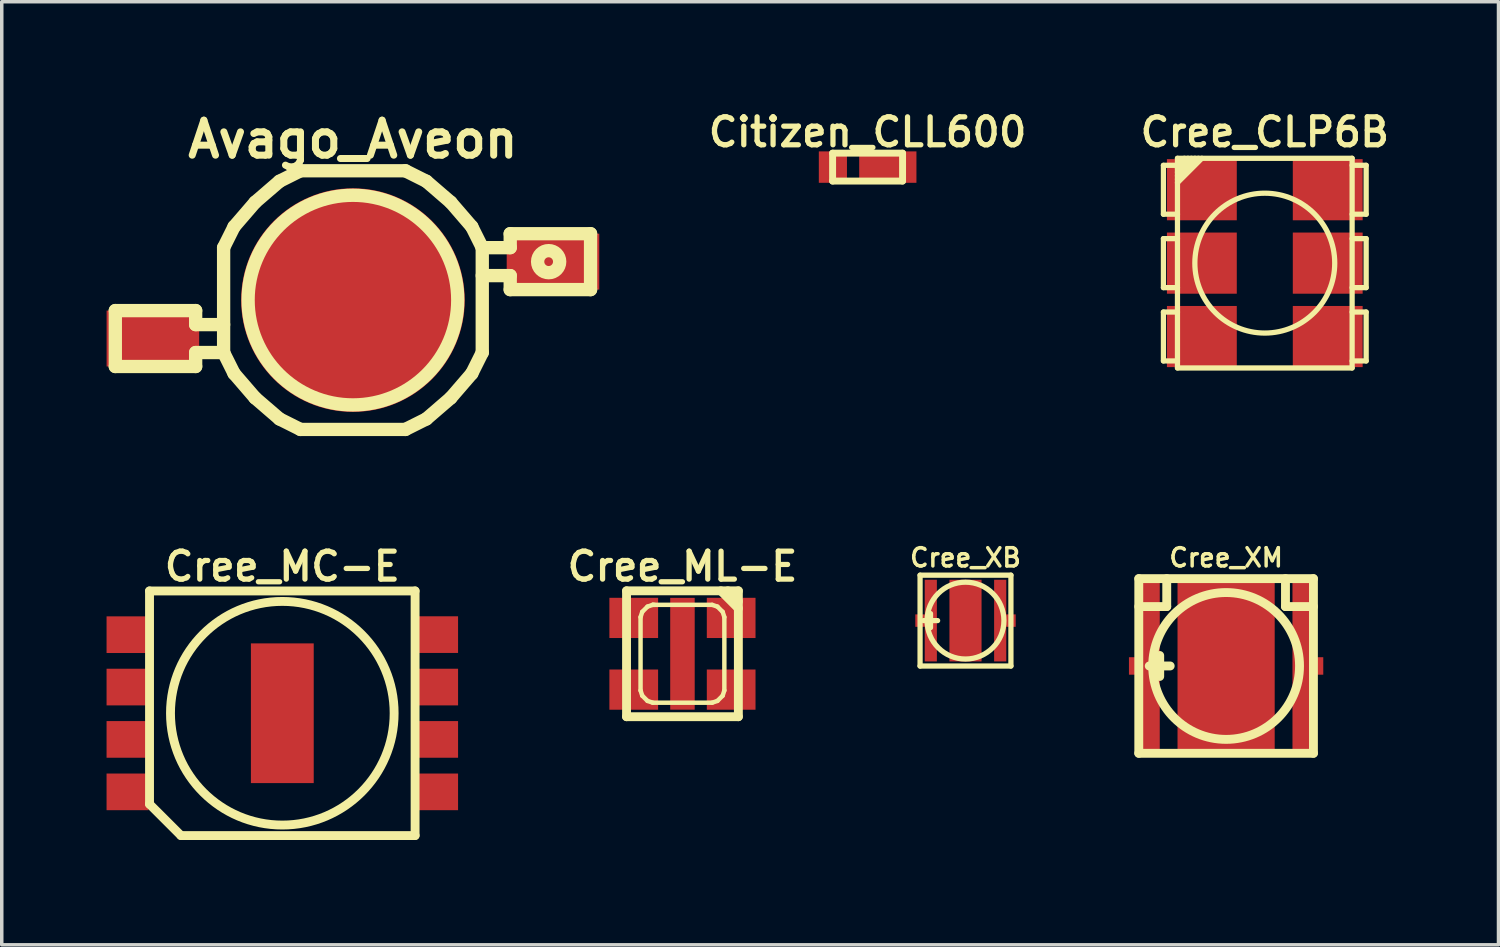
<source format=kicad_pcb>
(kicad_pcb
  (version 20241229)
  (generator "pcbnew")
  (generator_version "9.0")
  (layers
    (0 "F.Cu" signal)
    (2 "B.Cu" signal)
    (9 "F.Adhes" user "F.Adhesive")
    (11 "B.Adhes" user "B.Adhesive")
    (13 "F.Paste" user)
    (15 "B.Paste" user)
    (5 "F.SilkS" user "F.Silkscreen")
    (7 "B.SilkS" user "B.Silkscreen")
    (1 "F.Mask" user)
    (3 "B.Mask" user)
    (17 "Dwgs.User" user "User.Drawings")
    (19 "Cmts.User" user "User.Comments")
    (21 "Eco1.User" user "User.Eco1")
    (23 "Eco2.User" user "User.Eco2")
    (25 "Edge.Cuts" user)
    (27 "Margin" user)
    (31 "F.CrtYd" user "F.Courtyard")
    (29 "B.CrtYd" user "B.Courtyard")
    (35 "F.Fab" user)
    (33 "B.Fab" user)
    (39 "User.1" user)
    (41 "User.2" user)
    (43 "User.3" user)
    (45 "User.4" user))
  (footprint "Cree_CLP6B"
    (layer "F.Cu")
    (at 33.145 4.48)
    (property "Reference" "Cree_CLP6B" (at 0 -3.749 0) (layer "F.SilkS") (effects (font (size 0.8 0.8) (thickness 0.15))))
    (attr through_hole)
    (fp_line (start -2.901 -2.799) (end -2.901 -1.4) (stroke (width 0.15) (type solid)) (layer "F.SilkS"))
    (fp_line (start -2.901 -1.4) (end -2.499 -1.4) (stroke (width 0.15) (type solid)) (layer "F.SilkS"))
    (fp_line (start -2.901 -0.701) (end -2.901 0.701) (stroke (width 0.15) (type solid)) (layer "F.SilkS"))
    (fp_line (start -2.901 0.701) (end -2.499 0.701) (stroke (width 0.15) (type solid)) (layer "F.SilkS"))
    (fp_line (start -2.901 1.4) (end -2.901 2.799) (stroke (width 0.15) (type solid)) (layer "F.SilkS"))
    (fp_line (start -2.901 2.799) (end -2.499 2.799) (stroke (width 0.15) (type solid)) (layer "F.SilkS"))
    (fp_line (start -2.499 -3) (end -2.499 3) (stroke (width 0.15) (type solid)) (layer "F.SilkS"))
    (fp_line (start -2.499 -2.799) (end -2.901 -2.799) (stroke (width 0.15) (type solid)) (layer "F.SilkS"))
    (fp_line (start -2.499 -2.799) (end -2.301 -3) (stroke (width 0.15) (type solid)) (layer "F.SilkS"))
    (fp_line (start -2.499 -2.7) (end -2.2 -3) (stroke (width 0.15) (type solid)) (layer "F.SilkS"))
    (fp_line (start -2.499 -2.601) (end -2.101 -3) (stroke (width 0.15) (type solid)) (layer "F.SilkS"))
    (fp_line (start -2.499 -2.499) (end -1.999 -3) (stroke (width 0.15) (type solid)) (layer "F.SilkS"))
    (fp_line (start -2.499 -2.4) (end -1.9 -3) (stroke (width 0.15) (type solid)) (layer "F.SilkS"))
    (fp_line (start -2.499 -2.301) (end -1.801 -3) (stroke (width 0.15) (type solid)) (layer "F.SilkS"))
    (fp_line (start -2.499 -0.701) (end -2.901 -0.701) (stroke (width 0.15) (type solid)) (layer "F.SilkS"))
    (fp_line (start -2.499 1.4) (end -2.901 1.4) (stroke (width 0.15) (type solid)) (layer "F.SilkS"))
    (fp_line (start -2.499 3) (end 2.499 3) (stroke (width 0.15) (type solid)) (layer "F.SilkS"))
    (fp_line (start 2.499 -3) (end -2.499 -3) (stroke (width 0.15) (type solid)) (layer "F.SilkS"))
    (fp_line (start 2.499 -1.4) (end 2.901 -1.4) (stroke (width 0.15) (type solid)) (layer "F.SilkS"))
    (fp_line (start 2.499 0.701) (end 2.901 0.701) (stroke (width 0.15) (type solid)) (layer "F.SilkS"))
    (fp_line (start 2.499 2.799) (end 2.901 2.799) (stroke (width 0.15) (type solid)) (layer "F.SilkS"))
    (fp_line (start 2.499 3) (end 2.499 -3) (stroke (width 0.15) (type solid)) (layer "F.SilkS"))
    (fp_line (start 2.901 -2.799) (end 2.499 -2.799) (stroke (width 0.15) (type solid)) (layer "F.SilkS"))
    (fp_line (start 2.901 -1.4) (end 2.901 -2.799) (stroke (width 0.15) (type solid)) (layer "F.SilkS"))
    (fp_line (start 2.901 -0.701) (end 2.499 -0.701) (stroke (width 0.15) (type solid)) (layer "F.SilkS"))
    (fp_line (start 2.901 0.701) (end 2.901 -0.701) (stroke (width 0.15) (type solid)) (layer "F.SilkS"))
    (fp_line (start 2.901 1.4) (end 2.499 1.4) (stroke (width 0.15) (type solid)) (layer "F.SilkS"))
    (fp_line (start 2.901 2.799) (end 2.901 1.4) (stroke (width 0.15) (type solid)) (layer "F.SilkS"))
    (fp_circle (center 0 0) (end -1.999 0.099) (stroke (width 0.15) (type solid)) (fill no) (layer "F.SilkS"))
    (pad "1" smd rect (at -1.801 -2.101) (size 1.999 1.75) (layers "F.Cu" "F.Mask" "F.Paste"))
    (pad "2" smd rect (at -1.801 0) (size 1.999 1.75) (layers "F.Cu" "F.Mask" "F.Paste"))
    (pad "3" smd rect (at -1.801 2.101) (size 1.999 1.75) (layers "F.Cu" "F.Mask" "F.Paste"))
    (pad "4" smd rect (at 1.801 2.101) (size 1.999 1.75) (layers "F.Cu" "F.Mask" "F.Paste"))
    (pad "5" smd rect (at 1.801 0) (size 1.999 1.75) (layers "F.Cu" "F.Mask" "F.Paste"))
    (pad "6" smd rect (at 1.801 -2.101) (size 1.999 1.75) (layers "F.Cu" "F.Mask" "F.Paste")))
  (footprint "Cree_XM"
    (layer "F.Cu")
    (at 32.038 16.008)
    (property "Reference" "Cree_XM" (at 0 -3.099 0) (layer "F.SilkS") (effects (font (size 0.523 0.523) (thickness 0.099))))
    (attr through_hole)
    (fp_line (start -2.499 -2.499) (end -2.499 2.499) (stroke (width 0.254) (type solid)) (layer "F.SilkS"))
    (fp_line (start -2.499 -1.699) (end -1.699 -1.699) (stroke (width 0.254) (type solid)) (layer "F.SilkS"))
    (fp_line (start -2.499 2.499) (end 2.499 2.499) (stroke (width 0.254) (type solid)) (layer "F.SilkS"))
    (fp_line (start -2.2 0) (end -1.6 0) (stroke (width 0.254) (type solid)) (layer "F.SilkS"))
    (fp_line (start -1.9 -0.3) (end -1.9 0.3) (stroke (width 0.254) (type solid)) (layer "F.SilkS"))
    (fp_line (start -1.699 -1.699) (end -1.699 -2.499) (stroke (width 0.254) (type solid)) (layer "F.SilkS"))
    (fp_line (start 1.699 -1.699) (end 1.699 -2.499) (stroke (width 0.254) (type solid)) (layer "F.SilkS"))
    (fp_line (start 1.699 -1.699) (end 2.499 -1.699) (stroke (width 0.254) (type solid)) (layer "F.SilkS"))
    (fp_line (start 2.499 -2.499) (end -2.499 -2.499) (stroke (width 0.254) (type solid)) (layer "F.SilkS"))
    (fp_line (start 2.499 2.499) (end 2.499 -2.499) (stroke (width 0.254) (type solid)) (layer "F.SilkS"))
    (fp_circle (center 0 0) (end -2.101 0) (stroke (width 0.254) (type solid)) (fill no) (layer "F.SilkS"))
    (pad "1" smd rect (at -2.581 0) (size 0.399 0.5) (layers "F.Cu" "F.Mask"))
    (pad "1" smd rect (at -2.149 0) (size 0.5 4.801) (layers "F.Cu" "F.Mask" "F.Paste"))
    (pad "2" smd rect (at 2.149 0) (size 0.5 4.801) (layers "F.Cu" "F.Mask" "F.Paste"))
    (pad "2" smd rect (at 2.581 0) (size 0.399 0.5) (layers "F.Cu" "F.Mask"))
    (pad "3" smd rect (at 0 0) (size 2.781 4.801) (layers "F.Cu" "F.Mask" "F.Paste")))
  (footprint "Avago_Aveon"
    (layer "F.Cu")
    (at 7.05 5.538)
    (property "Reference" "Avago_Aveon" (at 0 -4.6 0) (layer "F.SilkS") (effects (font (size 1.001 1.001) (thickness 0.201))))
    (attr through_hole)
    (fp_line (start -6.8 0.3) (end -4.501 0.3) (stroke (width 0.381) (type solid)) (layer "F.SilkS"))
    (fp_line (start -6.8 1.9) (end -6.8 0.3) (stroke (width 0.381) (type solid)) (layer "F.SilkS"))
    (fp_line (start -6.8 1.9) (end -4.501 1.9) (stroke (width 0.381) (type solid)) (layer "F.SilkS"))
    (fp_line (start -4.501 0.3) (end -4.501 0.701) (stroke (width 0.381) (type solid)) (layer "F.SilkS"))
    (fp_line (start -4.501 0.701) (end -3.701 0.701) (stroke (width 0.381) (type solid)) (layer "F.SilkS"))
    (fp_line (start -4.501 1.501) (end -3.701 1.501) (stroke (width 0.381) (type solid)) (layer "F.SilkS"))
    (fp_line (start -4.501 1.9) (end -4.501 1.501) (stroke (width 0.381) (type solid)) (layer "F.SilkS"))
    (fp_line (start -3.701 -1.501) (end -3.401 -2.101) (stroke (width 0.381) (type solid)) (layer "F.SilkS"))
    (fp_line (start -3.701 1.501) (end -3.701 -1.501) (stroke (width 0.381) (type solid)) (layer "F.SilkS"))
    (fp_line (start -3.701 1.501) (end -3.401 2.101) (stroke (width 0.381) (type solid)) (layer "F.SilkS"))
    (fp_line (start -3.401 -2.101) (end -2.799 -2.799) (stroke (width 0.381) (type solid)) (layer "F.SilkS"))
    (fp_line (start -2.799 -2.799) (end -2.101 -3.401) (stroke (width 0.381) (type solid)) (layer "F.SilkS"))
    (fp_line (start -2.799 2.799) (end -3.401 2.101) (stroke (width 0.381) (type solid)) (layer "F.SilkS"))
    (fp_line (start -2.101 -3.401) (end -1.501 -3.701) (stroke (width 0.381) (type solid)) (layer "F.SilkS"))
    (fp_line (start -2.101 3.401) (end -2.799 2.799) (stroke (width 0.381) (type solid)) (layer "F.SilkS"))
    (fp_line (start -1.501 -3.701) (end 1.501 -3.701) (stroke (width 0.381) (type solid)) (layer "F.SilkS"))
    (fp_line (start -1.501 3.701) (end -2.101 3.401) (stroke (width 0.381) (type solid)) (layer "F.SilkS"))
    (fp_line (start 1.501 -3.701) (end 2.101 -3.401) (stroke (width 0.381) (type solid)) (layer "F.SilkS"))
    (fp_line (start 1.501 3.701) (end -1.501 3.701) (stroke (width 0.381) (type solid)) (layer "F.SilkS"))
    (fp_line (start 1.501 3.701) (end 2.101 3.401) (stroke (width 0.381) (type solid)) (layer "F.SilkS"))
    (fp_line (start 2.101 -3.401) (end 2.799 -2.799) (stroke (width 0.381) (type solid)) (layer "F.SilkS"))
    (fp_line (start 2.799 -2.799) (end 3.401 -2.101) (stroke (width 0.381) (type solid)) (layer "F.SilkS"))
    (fp_line (start 2.799 2.799) (end 2.101 3.401) (stroke (width 0.381) (type solid)) (layer "F.SilkS"))
    (fp_line (start 3.401 2.101) (end 2.799 2.799) (stroke (width 0.381) (type solid)) (layer "F.SilkS"))
    (fp_line (start 3.701 -1.501) (end 3.401 -2.101) (stroke (width 0.381) (type solid)) (layer "F.SilkS"))
    (fp_line (start 3.701 -1.501) (end 3.701 1.501) (stroke (width 0.381) (type solid)) (layer "F.SilkS"))
    (fp_line (start 3.701 1.501) (end 3.401 2.101) (stroke (width 0.381) (type solid)) (layer "F.SilkS"))
    (fp_line (start 4.501 -1.9) (end 4.501 -1.501) (stroke (width 0.381) (type solid)) (layer "F.SilkS"))
    (fp_line (start 4.501 -1.501) (end 3.701 -1.501) (stroke (width 0.381) (type solid)) (layer "F.SilkS"))
    (fp_line (start 4.501 -0.701) (end 3.701 -0.701) (stroke (width 0.381) (type solid)) (layer "F.SilkS"))
    (fp_line (start 4.501 -0.3) (end 4.501 -0.701) (stroke (width 0.381) (type solid)) (layer "F.SilkS"))
    (fp_line (start 6.8 -1.9) (end 4.501 -1.9) (stroke (width 0.381) (type solid)) (layer "F.SilkS"))
    (fp_line (start 6.8 -1.9) (end 6.8 -0.3) (stroke (width 0.381) (type solid)) (layer "F.SilkS"))
    (fp_line (start 6.8 -0.3) (end 4.501 -0.3) (stroke (width 0.381) (type solid)) (layer "F.SilkS"))
    (fp_circle (center 0 0) (end -3 0) (stroke (width 0.381) (type solid)) (fill no) (layer "F.SilkS"))
    (fp_circle (center 5.601 -1.1) (end 5.301 -1.001) (stroke (width 0.381) (type solid)) (fill no) (layer "F.SilkS"))
    (pad "1" smd rect (at -5.725 1.1) (size 2.649 1.6) (layers "F.Cu" "F.Mask" "F.Paste"))
    (pad "2" smd rect (at 5.725 -1.1) (size 2.649 1.6) (layers "F.Cu" "F.Mask" "F.Paste"))
    (pad "3" smd circle (at 0 0) (size 6.401 6.401) (layers "F.Cu" "F.Mask" "F.Paste")))
  (footprint "Citizen_CLL600"
    (layer "F.Cu")
    (at 21.778 1.732)
    (property "Reference" "Citizen_CLL600" (at 0 -1.001 0) (layer "F.SilkS") (effects (font (size 0.8 0.8) (thickness 0.15))))
    (attr through_hole)
    (fp_line (start -1.001 -0.399) (end 1.001 -0.399) (stroke (width 0.198) (type solid)) (layer "F.SilkS"))
    (fp_line (start -1.001 0.399) (end -1.001 -0.399) (stroke (width 0.198) (type solid)) (layer "F.SilkS"))
    (fp_line (start 1.001 -0.399) (end 1.001 0.399) (stroke (width 0.198) (type solid)) (layer "F.SilkS"))
    (fp_line (start 1.001 0.399) (end -1.001 0.399) (stroke (width 0.198) (type solid)) (layer "F.SilkS"))
    (pad "1" smd rect (at -0.993 0) (size 0.805 0.899) (layers "F.Cu" "F.Mask" "F.Paste"))
    (pad "2" smd rect (at 0.579 0) (size 1.638 0.899) (layers "F.Cu" "F.Mask" "F.Paste")))
  (footprint "Cree_XB"
    (layer "F.Cu")
    (at 24.58 14.71)
    (property "Reference" "Cree_XB" (at 0 -1.801 0) (layer "F.SilkS") (effects (font (size 0.523 0.523) (thickness 0.099))))
    (attr through_hole)
    (fp_line (start -1.3 -1.3) (end 1.3 -1.3) (stroke (width 0.15) (type solid)) (layer "F.SilkS"))
    (fp_line (start -1.3 1.3) (end -1.3 -1.3) (stroke (width 0.15) (type solid)) (layer "F.SilkS"))
    (fp_line (start -1.001 0.201) (end -1.001 -0.201) (stroke (width 0.15) (type solid)) (layer "F.SilkS"))
    (fp_line (start -0.798 0) (end -1.199 0) (stroke (width 0.15) (type solid)) (layer "F.SilkS"))
    (fp_line (start 1.3 -1.3) (end 1.3 1.3) (stroke (width 0.15) (type solid)) (layer "F.SilkS"))
    (fp_line (start 1.3 1.3) (end -1.3 1.3) (stroke (width 0.15) (type solid)) (layer "F.SilkS"))
    (fp_circle (center 0 0) (end -1.1 0) (stroke (width 0.15) (type solid)) (fill no) (layer "F.SilkS"))
    (pad "1" smd rect (at -1.298 0) (size 0.277 0.356) (layers "F.Cu" "F.Mask"))
    (pad "1" smd rect (at -0.993 0) (size 0.348 2.337) (layers "F.Cu" "F.Mask" "F.Paste"))
    (pad "2" smd rect (at 0.993 0) (size 0.348 2.337) (layers "F.Cu" "F.Mask" "F.Paste"))
    (pad "2" smd rect (at 1.298 0) (size 0.277 0.356) (layers "F.Cu" "F.Mask"))
    (pad "3" smd rect (at 0 0) (size 0.919 2.337) (layers "F.Cu" "F.Mask" "F.Paste")))
  (footprint "Cree_MC-E"
    (layer "F.Cu")
    (at 5.029 17.361)
    (property "Reference" "Cree_MC-E" (at 0 -4.201 0) (layer "F.SilkS") (effects (font (size 0.8 0.8) (thickness 0.15))))
    (attr through_hole)
    (fp_line (start -3.8 2.601) (end -3.8 -3.5) (stroke (width 0.254) (type solid)) (layer "F.SilkS"))
    (fp_line (start -2.901 3.5) (end -3.8 2.601) (stroke (width 0.254) (type solid)) (layer "F.SilkS"))
    (fp_line (start -2.901 3.5) (end 3.8 3.5) (stroke (width 0.254) (type solid)) (layer "F.SilkS"))
    (fp_line (start 3.8 -3.5) (end -3.8 -3.5) (stroke (width 0.254) (type solid)) (layer "F.SilkS"))
    (fp_line (start 3.8 3.5) (end 3.8 -3.5) (stroke (width 0.254) (type solid)) (layer "F.SilkS"))
    (fp_circle (center 0 0) (end -3.2 0) (stroke (width 0.254) (type solid)) (fill no) (layer "F.SilkS"))
    (pad "1" smd rect (at -4.43 2.25) (size 1.199 1.049) (layers "F.Cu" "F.Mask" "F.Paste"))
    (pad "2" smd rect (at -4.43 0.749) (size 1.199 1.049) (layers "F.Cu" "F.Mask" "F.Paste"))
    (pad "3" smd rect (at -4.43 -0.749) (size 1.199 1.049) (layers "F.Cu" "F.Mask" "F.Paste"))
    (pad "4" smd rect (at -4.43 -2.248) (size 1.199 1.049) (layers "F.Cu" "F.Mask" "F.Paste"))
    (pad "5" smd rect (at 4.43 -2.25) (size 1.199 1.049) (layers "F.Cu" "F.Mask" "F.Paste"))
    (pad "6" smd rect (at 4.43 -0.749) (size 1.199 1.049) (layers "F.Cu" "F.Mask" "F.Paste"))
    (pad "7" smd rect (at 4.43 0.749) (size 1.199 1.049) (layers "F.Cu" "F.Mask" "F.Paste"))
    (pad "8" smd rect (at 4.43 2.25) (size 1.199 1.049) (layers "F.Cu" "F.Mask" "F.Paste"))
    (pad "9" smd rect (at 0 0) (size 1.798 3.998) (layers "F.Cu" "F.Mask" "F.Paste")))
  (footprint "Cree_ML-E"
    (layer "F.Cu")
    (at 16.48 15.659)
    (property "Reference" "Cree_ML-E" (at 0 -2.499 0) (layer "F.SilkS") (effects (font (size 0.8 0.8) (thickness 0.15))))
    (attr through_hole)
    (fp_line (start -1.6 -1.801) (end 1.6 -1.801) (stroke (width 0.254) (type solid)) (layer "F.SilkS"))
    (fp_line (start -1.6 1.801) (end -1.6 -1.801) (stroke (width 0.254) (type solid)) (layer "F.SilkS"))
    (fp_line (start -1.199 -1.049) (end -1.199 1.049) (stroke (width 0.127) (type solid)) (layer "F.SilkS"))
    (fp_line (start -1.199 1.049) (end -1.151 1.199) (stroke (width 0.127) (type solid)) (layer "F.SilkS"))
    (fp_line (start -1.151 -1.199) (end -1.199 -1.049) (stroke (width 0.127) (type solid)) (layer "F.SilkS"))
    (fp_line (start -1.151 1.199) (end -1.001 1.349) (stroke (width 0.127) (type solid)) (layer "F.SilkS"))
    (fp_line (start -1.001 -1.349) (end -1.151 -1.199) (stroke (width 0.127) (type solid)) (layer "F.SilkS"))
    (fp_line (start -0.851 -1.4) (end -1.001 -1.349) (stroke (width 0.127) (type solid)) (layer "F.SilkS"))
    (fp_line (start -0.851 -1.4) (end -0.8 -1.4) (stroke (width 0.127) (type solid)) (layer "F.SilkS"))
    (fp_line (start -0.851 1.4) (end -1.001 1.349) (stroke (width 0.127) (type solid)) (layer "F.SilkS"))
    (fp_line (start -0.851 1.4) (end 0.851 1.4) (stroke (width 0.127) (type solid)) (layer "F.SilkS"))
    (fp_line (start 0.851 -1.4) (end -0.851 -1.4) (stroke (width 0.127) (type solid)) (layer "F.SilkS"))
    (fp_line (start 0.851 1.4) (end 1.001 1.349) (stroke (width 0.127) (type solid)) (layer "F.SilkS"))
    (fp_line (start 1.001 -1.349) (end 0.851 -1.4) (stroke (width 0.127) (type solid)) (layer "F.SilkS"))
    (fp_line (start 1.1 -1.801) (end 1.6 -1.3) (stroke (width 0.254) (type solid)) (layer "F.SilkS"))
    (fp_line (start 1.151 -1.199) (end 1.001 -1.349) (stroke (width 0.127) (type solid)) (layer "F.SilkS"))
    (fp_line (start 1.151 1.199) (end 1.001 1.349) (stroke (width 0.127) (type solid)) (layer "F.SilkS"))
    (fp_line (start 1.199 -1.049) (end 1.151 -1.199) (stroke (width 0.127) (type solid)) (layer "F.SilkS"))
    (fp_line (start 1.199 1.049) (end 1.151 1.199) (stroke (width 0.127) (type solid)) (layer "F.SilkS"))
    (fp_line (start 1.199 1.049) (end 1.199 -1.049) (stroke (width 0.127) (type solid)) (layer "F.SilkS"))
    (fp_line (start 1.3 -1.801) (end 1.6 -1.501) (stroke (width 0.254) (type solid)) (layer "F.SilkS"))
    (fp_line (start 1.6 -1.801) (end 1.6 1.801) (stroke (width 0.254) (type solid)) (layer "F.SilkS"))
    (fp_line (start 1.6 1.801) (end -1.6 1.801) (stroke (width 0.254) (type solid)) (layer "F.SilkS"))
    (pad "1" smd rect (at -1.394 -1.026) (size 1.394 1.151) (layers "F.Cu" "F.Mask" "F.Paste"))
    (pad "2" smd rect (at -1.394 1.026) (size 1.394 1.151) (layers "F.Cu" "F.Mask" "F.Paste"))
    (pad "3" smd rect (at 1.394 1.026) (size 1.394 1.151) (layers "F.Cu" "F.Mask" "F.Paste"))
    (pad "4" smd rect (at 1.394 -1.026) (size 1.394 1.151) (layers "F.Cu" "F.Mask" "F.Paste"))
    (pad "5" smd rect (at 0 0) (size 0.701 3.2) (layers "F.Cu" "F.Mask" "F.Paste")))
  (gr_rect
    (start -3 -3)
    (end 39.833 23.988)
    (stroke (width 0.1) (type default))
    (fill no)
    (layer "Edge.Cuts")))
</source>
